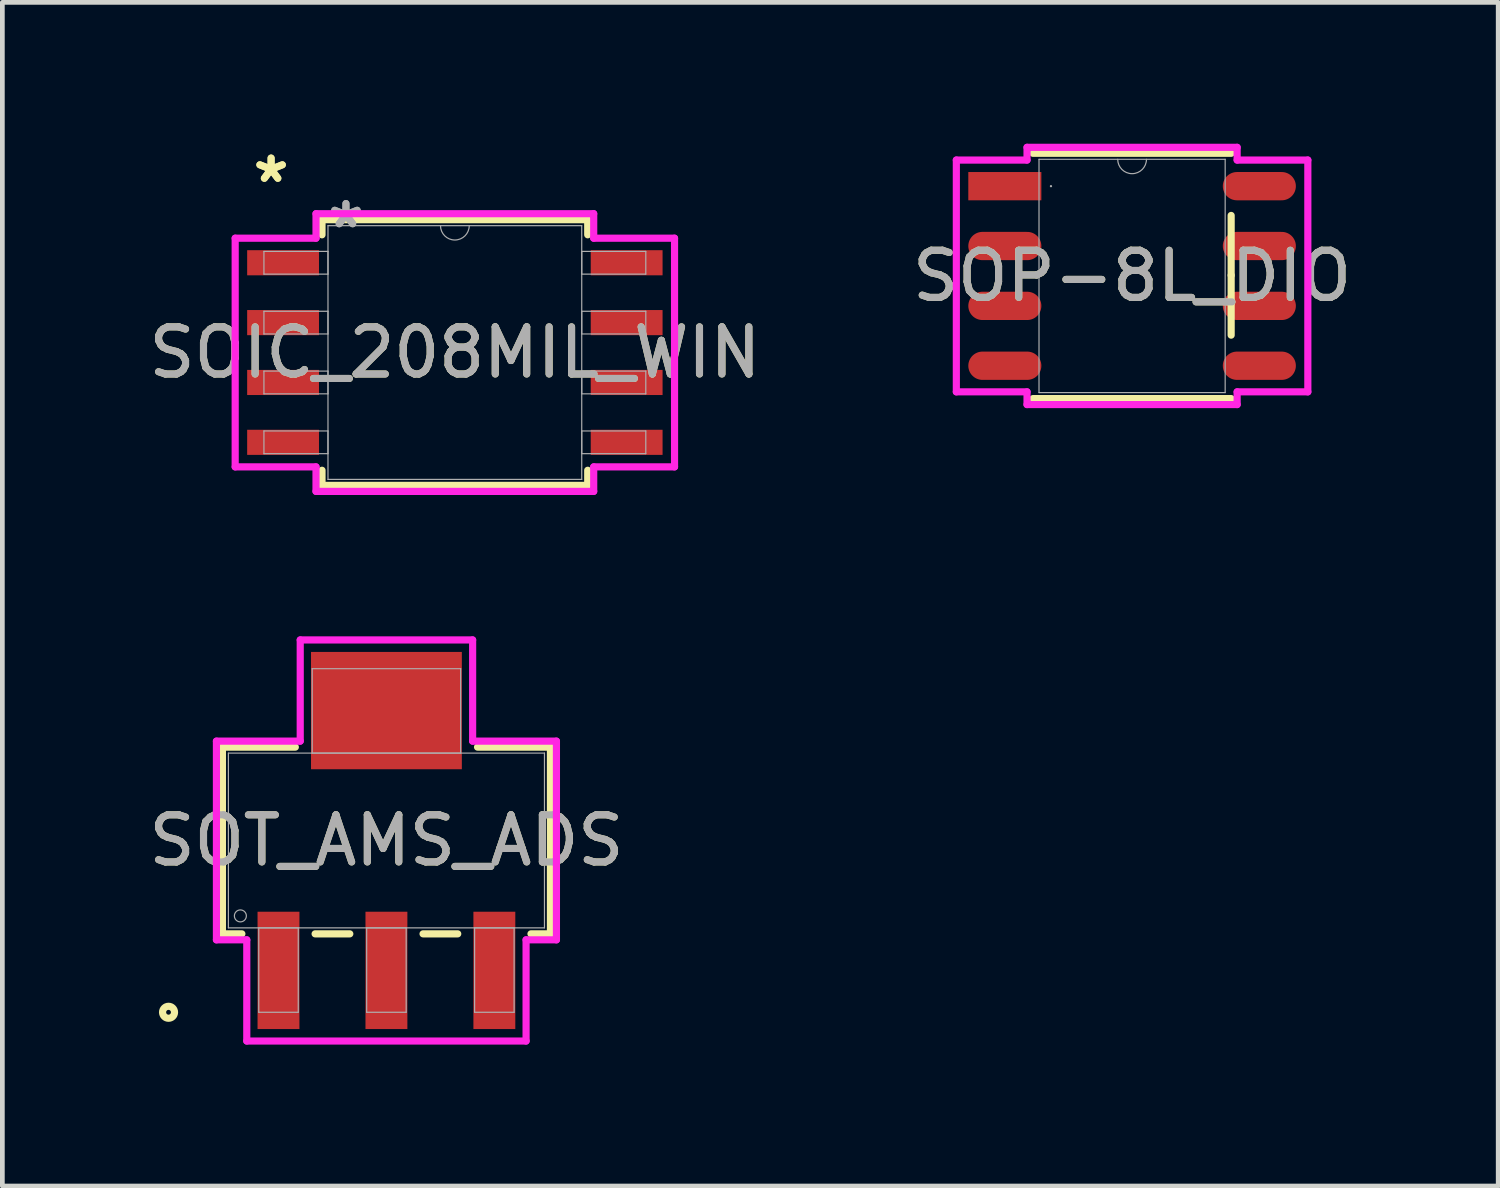
<source format=kicad_pcb>
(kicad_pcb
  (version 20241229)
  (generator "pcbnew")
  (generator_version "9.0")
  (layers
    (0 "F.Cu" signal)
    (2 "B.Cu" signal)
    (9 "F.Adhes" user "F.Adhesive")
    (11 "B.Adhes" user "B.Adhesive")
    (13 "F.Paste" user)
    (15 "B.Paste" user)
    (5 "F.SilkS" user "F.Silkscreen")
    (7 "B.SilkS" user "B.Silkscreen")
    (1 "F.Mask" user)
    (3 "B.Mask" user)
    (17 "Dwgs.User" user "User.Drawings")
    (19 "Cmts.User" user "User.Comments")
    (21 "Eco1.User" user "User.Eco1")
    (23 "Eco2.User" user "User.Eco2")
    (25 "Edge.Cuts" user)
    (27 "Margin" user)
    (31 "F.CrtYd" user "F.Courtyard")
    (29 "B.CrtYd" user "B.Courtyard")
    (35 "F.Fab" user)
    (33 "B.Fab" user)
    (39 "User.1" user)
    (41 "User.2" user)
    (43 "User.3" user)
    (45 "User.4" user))
  (footprint "SOP-8L_DIO"
    (layer "F.Cu")
    (at 20.97 2.805)
    (property "Reference" "SOP-8L_DIO" (at 0 0 0) (unlocked yes) (layer "F.SilkS") (effects (font (size 1 1) (thickness 0.15))))
    (attr smd)
    (fp_line (start -2.102 2.602) (end 2.102 2.602) (stroke (width 0.152) (type solid)) (layer "F.SilkS"))
    (fp_line (start 2.102 -2.602) (end -2.102 -2.602) (stroke (width 0.152) (type solid)) (layer "F.SilkS"))
    (fp_line (start 2.102 -0.014) (end 2.102 -1.284) (stroke (width 0.152) (type solid)) (layer "F.SilkS"))
    (fp_line (start 2.102 1.256) (end 2.102 -0.014) (stroke (width 0.152) (type solid)) (layer "F.SilkS"))
    (fp_line (start -3.729 -2.459) (end -2.229 -2.459) (stroke (width 0.152) (type solid)) (layer "F.CrtYd"))
    (fp_line (start -3.729 2.459) (end -3.729 -2.459) (stroke (width 0.152) (type solid)) (layer "F.CrtYd"))
    (fp_line (start -3.729 2.459) (end -2.229 2.459) (stroke (width 0.152) (type solid)) (layer "F.CrtYd"))
    (fp_line (start -2.229 -2.729) (end 2.229 -2.729) (stroke (width 0.152) (type solid)) (layer "F.CrtYd"))
    (fp_line (start -2.229 -2.459) (end -2.229 -2.729) (stroke (width 0.152) (type solid)) (layer "F.CrtYd"))
    (fp_line (start -2.229 2.729) (end -2.229 2.459) (stroke (width 0.152) (type solid)) (layer "F.CrtYd"))
    (fp_line (start 2.229 -2.729) (end 2.229 -2.459) (stroke (width 0.152) (type solid)) (layer "F.CrtYd"))
    (fp_line (start 2.229 2.459) (end 2.229 2.729) (stroke (width 0.152) (type solid)) (layer "F.CrtYd"))
    (fp_line (start 2.229 2.729) (end -2.229 2.729) (stroke (width 0.152) (type solid)) (layer "F.CrtYd"))
    (fp_line (start 3.729 -2.459) (end 2.229 -2.459) (stroke (width 0.152) (type solid)) (layer "F.CrtYd"))
    (fp_line (start 3.729 -2.459) (end 3.729 2.459) (stroke (width 0.152) (type solid)) (layer "F.CrtYd"))
    (fp_line (start 3.729 2.459) (end 2.229 2.459) (stroke (width 0.152) (type solid)) (layer "F.CrtYd"))
    (fp_line (start -1.975 -2.475) (end -1.975 2.475) (stroke (width 0.025) (type solid)) (layer "F.Fab"))
    (fp_line (start -1.975 2.475) (end 1.975 2.475) (stroke (width 0.025) (type solid)) (layer "F.Fab"))
    (fp_line (start 1.975 -2.475) (end -1.975 -2.475) (stroke (width 0.025) (type solid)) (layer "F.Fab"))
    (fp_line (start 1.975 2.475) (end 1.975 -2.475) (stroke (width 0.025) (type solid)) (layer "F.Fab"))
    (fp_arc (start 0.3048 -2.475) (mid 0 -2.1702) (end -0.3048 -2.475) (stroke (width 0.0254) (type solid)) (layer "F.Fab"))
    (fp_circle (center -1.721 -1.905) (end -1.721 -1.905) (stroke (width 0.025) (type solid)) (fill no) (layer "F.Fab"))
    (fp_text user "${REFERENCE}" (at 0 0 0) (unlocked yes) (layer "F.Fab") (effects (font (size 1 1) (thickness 0.15))))
    (pad "1" smd rect (at -2.7 -1.905) (size 1.55 0.6) (layers "F.Cu" "F.Mask" "F.Paste"))
    (pad "2" smd oval (at -2.7 -0.635) (size 1.55 0.6) (layers "F.Cu" "F.Mask" "F.Paste"))
    (pad "3" smd oval (at -2.7 0.635) (size 1.55 0.6) (layers "F.Cu" "F.Mask" "F.Paste"))
    (pad "4" smd oval (at -2.7 1.905) (size 1.55 0.6) (layers "F.Cu" "F.Mask" "F.Paste"))
    (pad "5" smd oval (at 2.7 1.905) (size 1.55 0.6) (layers "F.Cu" "F.Mask" "F.Paste"))
    (pad "6" smd oval (at 2.7 0.635) (size 1.55 0.6) (layers "F.Cu" "F.Mask" "F.Paste"))
    (pad "7" smd oval (at 2.7 -0.635) (size 1.55 0.6) (layers "F.Cu" "F.Mask" "F.Paste"))
    (pad "8" smd oval (at 2.7 -1.905) (size 1.55 0.6) (layers "F.Cu" "F.Mask" "F.Paste")))
  (footprint "SOT_AMS_ADS"
    (layer "F.Cu")
    (at 5.149 14.783)
    (property "Reference" "SOT_AMS_ADS" (at 0 0 0) (unlocked yes) (layer "F.SilkS") (effects (font (size 1 1) (thickness 0.15))))
    (attr smd)
    (fp_line (start -3.48 -1.981) (end -3.48 1.981) (stroke (width 0.152) (type solid)) (layer "F.SilkS"))
    (fp_line (start -3.48 1.981) (end -3.067 1.981) (stroke (width 0.152) (type solid)) (layer "F.SilkS"))
    (fp_line (start -1.933 -1.981) (end -3.48 -1.981) (stroke (width 0.152) (type solid)) (layer "F.SilkS"))
    (fp_line (start -1.513 1.981) (end -0.777 1.981) (stroke (width 0.152) (type solid)) (layer "F.SilkS"))
    (fp_line (start 0.777 1.981) (end 1.513 1.981) (stroke (width 0.152) (type solid)) (layer "F.SilkS"))
    (fp_line (start 3.067 1.981) (end 3.48 1.981) (stroke (width 0.152) (type solid)) (layer "F.SilkS"))
    (fp_line (start 3.48 -1.981) (end 1.933 -1.981) (stroke (width 0.152) (type solid)) (layer "F.SilkS"))
    (fp_line (start 3.48 1.981) (end 3.48 -1.981) (stroke (width 0.152) (type solid)) (layer "F.SilkS"))
    (fp_circle (center -4.623 3.645) (end -4.496 3.645) (stroke (width 0.152) (type solid)) (fill no) (layer "F.SilkS"))
    (fp_line (start -3.607 -2.108) (end -1.829 -2.108) (stroke (width 0.152) (type solid)) (layer "F.CrtYd"))
    (fp_line (start -3.607 2.108) (end -3.607 -2.108) (stroke (width 0.152) (type solid)) (layer "F.CrtYd"))
    (fp_line (start -2.963 2.108) (end -3.607 2.108) (stroke (width 0.152) (type solid)) (layer "F.CrtYd"))
    (fp_line (start -2.963 4.255) (end -2.963 2.108) (stroke (width 0.152) (type solid)) (layer "F.CrtYd"))
    (fp_line (start -1.829 -4.255) (end 1.829 -4.255) (stroke (width 0.152) (type solid)) (layer "F.CrtYd"))
    (fp_line (start -1.829 -2.108) (end -1.829 -4.255) (stroke (width 0.152) (type solid)) (layer "F.CrtYd"))
    (fp_line (start 1.829 -4.255) (end 1.829 -2.108) (stroke (width 0.152) (type solid)) (layer "F.CrtYd"))
    (fp_line (start 1.829 -2.108) (end 3.607 -2.108) (stroke (width 0.152) (type solid)) (layer "F.CrtYd"))
    (fp_line (start 2.963 2.108) (end 2.963 4.255) (stroke (width 0.152) (type solid)) (layer "F.CrtYd"))
    (fp_line (start 2.963 4.255) (end -2.963 4.255) (stroke (width 0.152) (type solid)) (layer "F.CrtYd"))
    (fp_line (start 3.607 -2.108) (end 3.607 2.108) (stroke (width 0.152) (type solid)) (layer "F.CrtYd"))
    (fp_line (start 3.607 2.108) (end 2.963 2.108) (stroke (width 0.152) (type solid)) (layer "F.CrtYd"))
    (fp_line (start -3.353 -1.854) (end -3.353 1.854) (stroke (width 0.025) (type solid)) (layer "F.Fab"))
    (fp_line (start -3.353 1.854) (end 3.353 1.854) (stroke (width 0.025) (type solid)) (layer "F.Fab"))
    (fp_line (start -2.709 1.854) (end -2.709 3.645) (stroke (width 0.025) (type solid)) (layer "F.Fab"))
    (fp_line (start -2.709 3.645) (end -1.871 3.645) (stroke (width 0.025) (type solid)) (layer "F.Fab"))
    (fp_line (start -1.871 1.854) (end -2.709 1.854) (stroke (width 0.025) (type solid)) (layer "F.Fab"))
    (fp_line (start -1.871 3.645) (end -1.871 1.854) (stroke (width 0.025) (type solid)) (layer "F.Fab"))
    (fp_line (start -1.575 -3.645) (end -1.575 -1.854) (stroke (width 0.025) (type solid)) (layer "F.Fab"))
    (fp_line (start -1.575 -1.854) (end 1.575 -1.854) (stroke (width 0.025) (type solid)) (layer "F.Fab"))
    (fp_line (start -0.419 1.854) (end -0.419 3.645) (stroke (width 0.025) (type solid)) (layer "F.Fab"))
    (fp_line (start -0.419 3.645) (end 0.419 3.645) (stroke (width 0.025) (type solid)) (layer "F.Fab"))
    (fp_line (start 0.419 1.854) (end -0.419 1.854) (stroke (width 0.025) (type solid)) (layer "F.Fab"))
    (fp_line (start 0.419 3.645) (end 0.419 1.854) (stroke (width 0.025) (type solid)) (layer "F.Fab"))
    (fp_line (start 1.575 -3.645) (end -1.575 -3.645) (stroke (width 0.025) (type solid)) (layer "F.Fab"))
    (fp_line (start 1.575 -1.854) (end 1.575 -3.645) (stroke (width 0.025) (type solid)) (layer "F.Fab"))
    (fp_line (start 1.871 1.854) (end 1.871 3.645) (stroke (width 0.025) (type solid)) (layer "F.Fab"))
    (fp_line (start 1.871 3.645) (end 2.709 3.645) (stroke (width 0.025) (type solid)) (layer "F.Fab"))
    (fp_line (start 2.709 1.854) (end 1.871 1.854) (stroke (width 0.025) (type solid)) (layer "F.Fab"))
    (fp_line (start 2.709 3.645) (end 2.709 1.854) (stroke (width 0.025) (type solid)) (layer "F.Fab"))
    (fp_line (start 3.353 -1.854) (end -3.353 -1.854) (stroke (width 0.025) (type solid)) (layer "F.Fab"))
    (fp_line (start 3.353 1.854) (end 3.353 -1.854) (stroke (width 0.025) (type solid)) (layer "F.Fab"))
    (fp_circle (center -3.099 1.6) (end -2.972 1.6) (stroke (width 0.025) (type solid)) (fill no) (layer "F.Fab"))
    (fp_text user "${REFERENCE}" (at 0 0 0) (unlocked yes) (layer "F.Fab") (effects (font (size 1 1) (thickness 0.15))))
    (pad "1" smd rect (at -2.29 2.756) (size 0.889 2.489) (layers "F.Cu" "F.Mask" "F.Paste"))
    (pad "2" smd rect (at 0 2.756) (size 0.889 2.489) (layers "F.Cu" "F.Mask" "F.Paste"))
    (pad "3" smd rect (at 2.29 2.756) (size 0.889 2.489) (layers "F.Cu" "F.Mask" "F.Paste"))
    (pad "4" smd rect (at 0 -2.756) (size 3.2 2.489) (layers "F.Cu" "F.Mask" "F.Paste")))
  (footprint "SOIC_208MIL_WIN"
    (layer "F.Cu")
    (at 6.601 4.43)
    (property "Reference" "SOIC_208MIL_WIN" (at 0 0 0) (unlocked yes) (layer "F.SilkS") (effects (font (size 1 1) (thickness 0.15))))
    (attr smd)
    (fp_line (start -2.819 -2.819) (end -2.819 -2.498) (stroke (width 0.152) (type solid)) (layer "F.SilkS"))
    (fp_line (start -2.819 2.498) (end -2.819 2.819) (stroke (width 0.152) (type solid)) (layer "F.SilkS"))
    (fp_line (start -2.819 2.819) (end 2.819 2.819) (stroke (width 0.152) (type solid)) (layer "F.SilkS"))
    (fp_line (start 2.819 -2.819) (end -2.819 -2.819) (stroke (width 0.152) (type solid)) (layer "F.SilkS"))
    (fp_line (start 2.819 -2.498) (end 2.819 -2.819) (stroke (width 0.152) (type solid)) (layer "F.SilkS"))
    (fp_line (start 2.819 2.819) (end 2.819 2.498) (stroke (width 0.152) (type solid)) (layer "F.SilkS"))
    (fp_line (start -4.661 -2.426) (end -2.946 -2.426) (stroke (width 0.152) (type solid)) (layer "F.CrtYd"))
    (fp_line (start -4.661 2.426) (end -4.661 -2.426) (stroke (width 0.152) (type solid)) (layer "F.CrtYd"))
    (fp_line (start -4.661 2.426) (end -2.946 2.426) (stroke (width 0.152) (type solid)) (layer "F.CrtYd"))
    (fp_line (start -2.946 -2.946) (end 2.946 -2.946) (stroke (width 0.152) (type solid)) (layer "F.CrtYd"))
    (fp_line (start -2.946 -2.426) (end -2.946 -2.946) (stroke (width 0.152) (type solid)) (layer "F.CrtYd"))
    (fp_line (start -2.946 2.946) (end -2.946 2.426) (stroke (width 0.152) (type solid)) (layer "F.CrtYd"))
    (fp_line (start 2.946 -2.946) (end 2.946 -2.426) (stroke (width 0.152) (type solid)) (layer "F.CrtYd"))
    (fp_line (start 2.946 2.426) (end 2.946 2.946) (stroke (width 0.152) (type solid)) (layer "F.CrtYd"))
    (fp_line (start 2.946 2.946) (end -2.946 2.946) (stroke (width 0.152) (type solid)) (layer "F.CrtYd"))
    (fp_line (start 4.661 -2.426) (end 2.946 -2.426) (stroke (width 0.152) (type solid)) (layer "F.CrtYd"))
    (fp_line (start 4.661 -2.426) (end 4.661 2.426) (stroke (width 0.152) (type solid)) (layer "F.CrtYd"))
    (fp_line (start 4.661 2.426) (end 2.946 2.426) (stroke (width 0.152) (type solid)) (layer "F.CrtYd"))
    (fp_line (start -4.051 -2.146) (end -4.051 -1.664) (stroke (width 0.025) (type solid)) (layer "F.Fab"))
    (fp_line (start -4.051 -1.664) (end -2.692 -1.664) (stroke (width 0.025) (type solid)) (layer "F.Fab"))
    (fp_line (start -4.051 -0.876) (end -4.051 -0.394) (stroke (width 0.025) (type solid)) (layer "F.Fab"))
    (fp_line (start -4.051 -0.394) (end -2.692 -0.394) (stroke (width 0.025) (type solid)) (layer "F.Fab"))
    (fp_line (start -4.051 0.394) (end -4.051 0.876) (stroke (width 0.025) (type solid)) (layer "F.Fab"))
    (fp_line (start -4.051 0.876) (end -2.692 0.876) (stroke (width 0.025) (type solid)) (layer "F.Fab"))
    (fp_line (start -4.051 1.664) (end -4.051 2.146) (stroke (width 0.025) (type solid)) (layer "F.Fab"))
    (fp_line (start -4.051 2.146) (end -2.692 2.146) (stroke (width 0.025) (type solid)) (layer "F.Fab"))
    (fp_line (start -2.692 -2.692) (end -2.692 2.692) (stroke (width 0.025) (type solid)) (layer "F.Fab"))
    (fp_line (start -2.692 -2.146) (end -4.051 -2.146) (stroke (width 0.025) (type solid)) (layer "F.Fab"))
    (fp_line (start -2.692 -1.664) (end -2.692 -2.146) (stroke (width 0.025) (type solid)) (layer "F.Fab"))
    (fp_line (start -2.692 -0.876) (end -4.051 -0.876) (stroke (width 0.025) (type solid)) (layer "F.Fab"))
    (fp_line (start -2.692 -0.394) (end -2.692 -0.876) (stroke (width 0.025) (type solid)) (layer "F.Fab"))
    (fp_line (start -2.692 0.394) (end -4.051 0.394) (stroke (width 0.025) (type solid)) (layer "F.Fab"))
    (fp_line (start -2.692 0.876) (end -2.692 0.394) (stroke (width 0.025) (type solid)) (layer "F.Fab"))
    (fp_line (start -2.692 1.664) (end -4.051 1.664) (stroke (width 0.025) (type solid)) (layer "F.Fab"))
    (fp_line (start -2.692 2.146) (end -2.692 1.664) (stroke (width 0.025) (type solid)) (layer "F.Fab"))
    (fp_line (start -2.692 2.692) (end 2.692 2.692) (stroke (width 0.025) (type solid)) (layer "F.Fab"))
    (fp_line (start 2.692 -2.692) (end -2.692 -2.692) (stroke (width 0.025) (type solid)) (layer "F.Fab"))
    (fp_line (start 2.692 -2.146) (end 2.692 -1.664) (stroke (width 0.025) (type solid)) (layer "F.Fab"))
    (fp_line (start 2.692 -1.664) (end 4.051 -1.664) (stroke (width 0.025) (type solid)) (layer "F.Fab"))
    (fp_line (start 2.692 -0.876) (end 2.692 -0.394) (stroke (width 0.025) (type solid)) (layer "F.Fab"))
    (fp_line (start 2.692 -0.394) (end 4.051 -0.394) (stroke (width 0.025) (type solid)) (layer "F.Fab"))
    (fp_line (start 2.692 0.394) (end 2.692 0.876) (stroke (width 0.025) (type solid)) (layer "F.Fab"))
    (fp_line (start 2.692 0.876) (end 4.051 0.876) (stroke (width 0.025) (type solid)) (layer "F.Fab"))
    (fp_line (start 2.692 1.664) (end 2.692 2.146) (stroke (width 0.025) (type solid)) (layer "F.Fab"))
    (fp_line (start 2.692 2.146) (end 4.051 2.146) (stroke (width 0.025) (type solid)) (layer "F.Fab"))
    (fp_line (start 2.692 2.692) (end 2.692 -2.692) (stroke (width 0.025) (type solid)) (layer "F.Fab"))
    (fp_line (start 4.051 -2.146) (end 2.692 -2.146) (stroke (width 0.025) (type solid)) (layer "F.Fab"))
    (fp_line (start 4.051 -1.664) (end 4.051 -2.146) (stroke (width 0.025) (type solid)) (layer "F.Fab"))
    (fp_line (start 4.051 -0.876) (end 2.692 -0.876) (stroke (width 0.025) (type solid)) (layer "F.Fab"))
    (fp_line (start 4.051 -0.394) (end 4.051 -0.876) (stroke (width 0.025) (type solid)) (layer "F.Fab"))
    (fp_line (start 4.051 0.394) (end 2.692 0.394) (stroke (width 0.025) (type solid)) (layer "F.Fab"))
    (fp_line (start 4.051 0.876) (end 4.051 0.394) (stroke (width 0.025) (type solid)) (layer "F.Fab"))
    (fp_line (start 4.051 1.664) (end 2.692 1.664) (stroke (width 0.025) (type solid)) (layer "F.Fab"))
    (fp_line (start 4.051 2.146) (end 4.051 1.664) (stroke (width 0.025) (type solid)) (layer "F.Fab"))
    (fp_arc (start 0.3048 -2.6924) (mid 0 -2.3876) (end -0.3048 -2.6924) (stroke (width 0.0254) (type solid)) (layer "F.Fab"))
    (fp_text user "*" (at -3.899 -3.581 0) (layer "F.SilkS") (effects (font (size 1 1) (thickness 0.15))))
    (fp_text user "*" (at -3.899 -3.581 0) (unlocked yes) (layer "F.SilkS") (effects (font (size 1 1) (thickness 0.15))))
    (fp_text user "*" (at -2.311 -2.616 0) (layer "F.Fab") (effects (font (size 1 1) (thickness 0.15))))
    (fp_text user "*" (at -2.311 -2.616 0) (unlocked yes) (layer "F.Fab") (effects (font (size 1 1) (thickness 0.15))))
    (fp_text user "${REFERENCE}" (at 0 0 0) (unlocked yes) (layer "F.Fab") (effects (font (size 1 1) (thickness 0.15))))
    (pad "1" smd rect (at -3.645 -1.905) (size 1.524 0.533) (layers "F.Cu" "F.Mask" "F.Paste"))
    (pad "2" smd rect (at -3.645 -0.635) (size 1.524 0.533) (layers "F.Cu" "F.Mask" "F.Paste"))
    (pad "3" smd rect (at -3.645 0.635) (size 1.524 0.533) (layers "F.Cu" "F.Mask" "F.Paste"))
    (pad "4" smd rect (at -3.645 1.905) (size 1.524 0.533) (layers "F.Cu" "F.Mask" "F.Paste"))
    (pad "5" smd rect (at 3.645 1.905) (size 1.524 0.533) (layers "F.Cu" "F.Mask" "F.Paste"))
    (pad "6" smd rect (at 3.645 0.635) (size 1.524 0.533) (layers "F.Cu" "F.Mask" "F.Paste"))
    (pad "7" smd rect (at 3.645 -0.635) (size 1.524 0.533) (layers "F.Cu" "F.Mask" "F.Paste"))
    (pad "8" smd rect (at 3.645 -1.905) (size 1.524 0.533) (layers "F.Cu" "F.Mask" "F.Paste")))
  (gr_rect
    (start -3 -3)
    (end 28.738 22.114)
    (stroke (width 0.1) (type default))
    (fill no)
    (layer "Edge.Cuts")))
</source>
